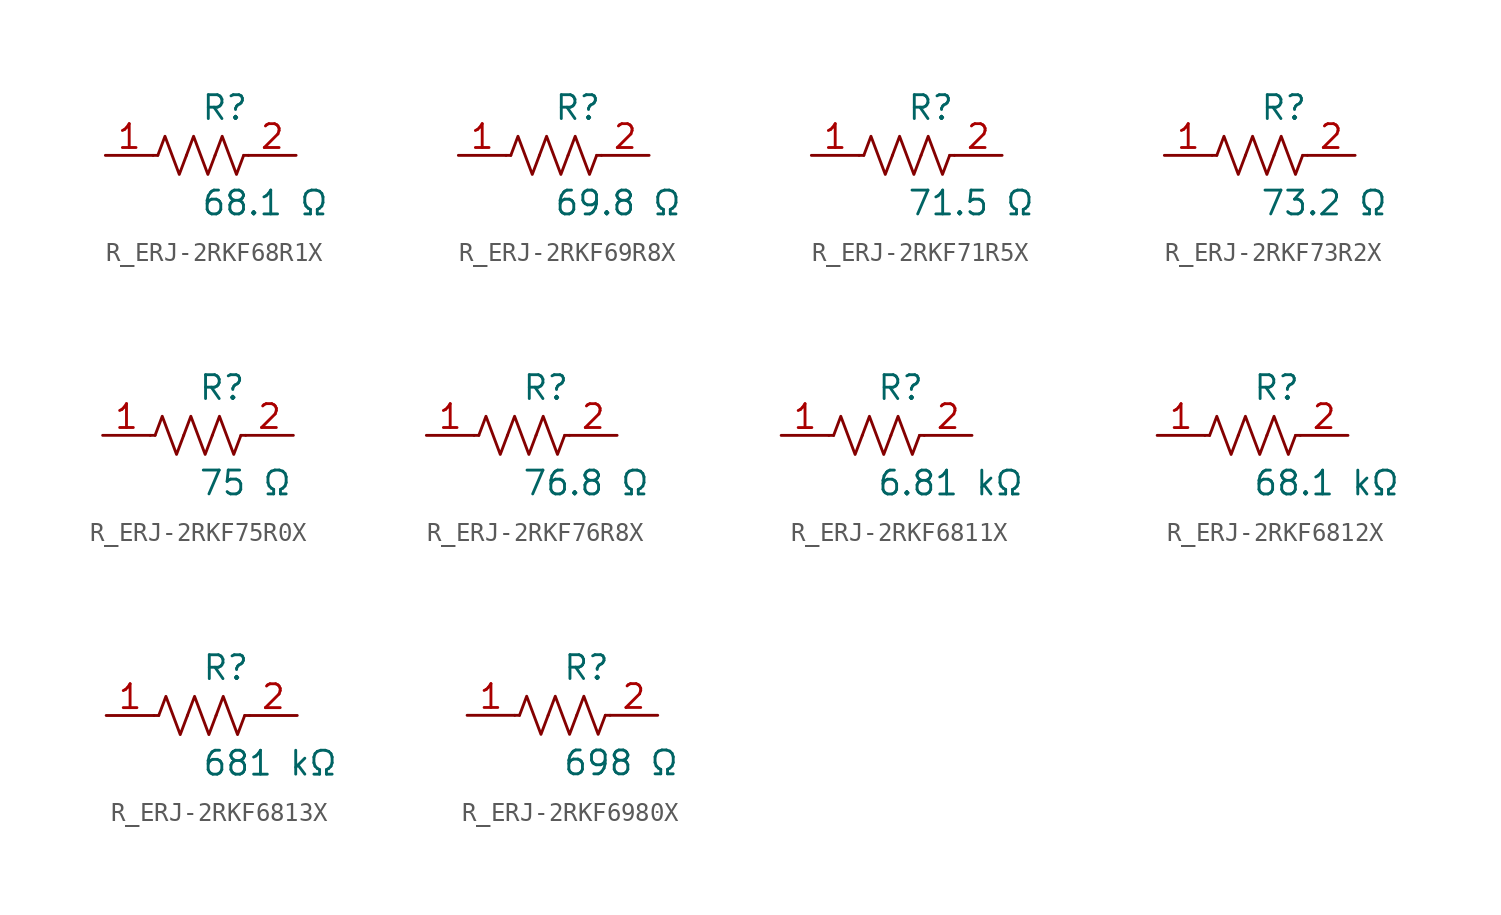
<source format=kicad_sym>
(kicad_symbol_lib
  (version 20231120)
  (generator kicad_symbol_editor)
  (generator_version 8.0)
  (symbol "R_ERJ-2RKF68R1X"
    (pin_names
      (offset 0.254))
    (property "Reference" "R"
      (at 0 2.54 0)
      (effects (font (size 1.27 1.27)) (justify left)))
    (property "Value" "68.1 Ω"
      (at 0 -2.54 0)
      (effects (font (size 1.27 1.27)) (justify left)))
    (symbol "R_ERJ-2RKF68R1X_0_1"
      (polyline (pts (xy 2.286 0) (xy 2.54 0)) (stroke (width 0) (type default)) (fill (type none)))
      (polyline (pts (xy -2.286 0) (xy -2.54 0)) (stroke (width 0) (type default)) (fill (type none)))
      (polyline (pts (xy 0.762 0) (xy 1.143 1.016) (xy 1.524 0) (xy 1.905 -1.016) (xy 2.286 0)) (stroke (width 0) (type default)) (fill (type none)))
      (polyline (pts (xy -0.762 0) (xy -0.381 1.016) (xy 0 0) (xy 0.381 -1.016) (xy 0.762 0)) (stroke (width 0) (type default)) (fill (type none)))
      (polyline (pts (xy -2.286 0) (xy -1.905 1.016) (xy -1.524 0) (xy -1.143 -1.016) (xy -0.762 0)) (stroke (width 0) (type default)) (fill (type none))))
    (pin unspecified line
      (at -5.08 0 0)
      (length 2.54)
      (name "" (effects (font (size 1.27 1.27))))
      (number "1" (effects (font (size 1.27 1.27)))))
    (pin unspecified line
      (at 5.08 0 180)
      (length 2.54)
      (name "" (effects (font (size 1.27 1.27))))
      (number "2" (effects (font (size 1.27 1.27))))))
  (symbol "R_ERJ-2RKF69R8X"
    (pin_names
      (offset 0.254))
    (property "Reference" "R"
      (at 0 2.54 0)
      (effects (font (size 1.27 1.27)) (justify left)))
    (property "Value" "69.8 Ω"
      (at 0 -2.54 0)
      (effects (font (size 1.27 1.27)) (justify left)))
    (symbol "R_ERJ-2RKF69R8X_0_1"
      (polyline (pts (xy 2.286 0) (xy 2.54 0)) (stroke (width 0) (type default)) (fill (type none)))
      (polyline (pts (xy -2.286 0) (xy -2.54 0)) (stroke (width 0) (type default)) (fill (type none)))
      (polyline (pts (xy 0.762 0) (xy 1.143 1.016) (xy 1.524 0) (xy 1.905 -1.016) (xy 2.286 0)) (stroke (width 0) (type default)) (fill (type none)))
      (polyline (pts (xy -0.762 0) (xy -0.381 1.016) (xy 0 0) (xy 0.381 -1.016) (xy 0.762 0)) (stroke (width 0) (type default)) (fill (type none)))
      (polyline (pts (xy -2.286 0) (xy -1.905 1.016) (xy -1.524 0) (xy -1.143 -1.016) (xy -0.762 0)) (stroke (width 0) (type default)) (fill (type none))))
    (pin unspecified line
      (at -5.08 0 0)
      (length 2.54)
      (name "" (effects (font (size 1.27 1.27))))
      (number "1" (effects (font (size 1.27 1.27)))))
    (pin unspecified line
      (at 5.08 0 180)
      (length 2.54)
      (name "" (effects (font (size 1.27 1.27))))
      (number "2" (effects (font (size 1.27 1.27))))))
  (symbol "R_ERJ-2RKF71R5X"
    (pin_names
      (offset 0.254))
    (property "Reference" "R"
      (at 0 2.54 0)
      (effects (font (size 1.27 1.27)) (justify left)))
    (property "Value" "71.5 Ω"
      (at 0 -2.54 0)
      (effects (font (size 1.27 1.27)) (justify left)))
    (symbol "R_ERJ-2RKF71R5X_0_1"
      (polyline (pts (xy 2.286 0) (xy 2.54 0)) (stroke (width 0) (type default)) (fill (type none)))
      (polyline (pts (xy -2.286 0) (xy -2.54 0)) (stroke (width 0) (type default)) (fill (type none)))
      (polyline (pts (xy 0.762 0) (xy 1.143 1.016) (xy 1.524 0) (xy 1.905 -1.016) (xy 2.286 0)) (stroke (width 0) (type default)) (fill (type none)))
      (polyline (pts (xy -0.762 0) (xy -0.381 1.016) (xy 0 0) (xy 0.381 -1.016) (xy 0.762 0)) (stroke (width 0) (type default)) (fill (type none)))
      (polyline (pts (xy -2.286 0) (xy -1.905 1.016) (xy -1.524 0) (xy -1.143 -1.016) (xy -0.762 0)) (stroke (width 0) (type default)) (fill (type none))))
    (pin unspecified line
      (at -5.08 0 0)
      (length 2.54)
      (name "" (effects (font (size 1.27 1.27))))
      (number "1" (effects (font (size 1.27 1.27)))))
    (pin unspecified line
      (at 5.08 0 180)
      (length 2.54)
      (name "" (effects (font (size 1.27 1.27))))
      (number "2" (effects (font (size 1.27 1.27))))))
  (symbol "R_ERJ-2RKF73R2X"
    (pin_names
      (offset 0.254))
    (property "Reference" "R"
      (at 0 2.54 0)
      (effects (font (size 1.27 1.27)) (justify left)))
    (property "Value" "73.2 Ω"
      (at 0 -2.54 0)
      (effects (font (size 1.27 1.27)) (justify left)))
    (symbol "R_ERJ-2RKF73R2X_0_1"
      (polyline (pts (xy 2.286 0) (xy 2.54 0)) (stroke (width 0) (type default)) (fill (type none)))
      (polyline (pts (xy -2.286 0) (xy -2.54 0)) (stroke (width 0) (type default)) (fill (type none)))
      (polyline (pts (xy 0.762 0) (xy 1.143 1.016) (xy 1.524 0) (xy 1.905 -1.016) (xy 2.286 0)) (stroke (width 0) (type default)) (fill (type none)))
      (polyline (pts (xy -0.762 0) (xy -0.381 1.016) (xy 0 0) (xy 0.381 -1.016) (xy 0.762 0)) (stroke (width 0) (type default)) (fill (type none)))
      (polyline (pts (xy -2.286 0) (xy -1.905 1.016) (xy -1.524 0) (xy -1.143 -1.016) (xy -0.762 0)) (stroke (width 0) (type default)) (fill (type none))))
    (pin unspecified line
      (at -5.08 0 0)
      (length 2.54)
      (name "" (effects (font (size 1.27 1.27))))
      (number "1" (effects (font (size 1.27 1.27)))))
    (pin unspecified line
      (at 5.08 0 180)
      (length 2.54)
      (name "" (effects (font (size 1.27 1.27))))
      (number "2" (effects (font (size 1.27 1.27))))))
  (symbol "R_ERJ-2RKF75R0X"
    (pin_names
      (offset 0.254))
    (property "Reference" "R"
      (at 0 2.54 0)
      (effects (font (size 1.27 1.27)) (justify left)))
    (property "Value" "75 Ω"
      (at 0 -2.54 0)
      (effects (font (size 1.27 1.27)) (justify left)))
    (symbol "R_ERJ-2RKF75R0X_0_1"
      (polyline (pts (xy 2.286 0) (xy 2.54 0)) (stroke (width 0) (type default)) (fill (type none)))
      (polyline (pts (xy -2.286 0) (xy -2.54 0)) (stroke (width 0) (type default)) (fill (type none)))
      (polyline (pts (xy 0.762 0) (xy 1.143 1.016) (xy 1.524 0) (xy 1.905 -1.016) (xy 2.286 0)) (stroke (width 0) (type default)) (fill (type none)))
      (polyline (pts (xy -0.762 0) (xy -0.381 1.016) (xy 0 0) (xy 0.381 -1.016) (xy 0.762 0)) (stroke (width 0) (type default)) (fill (type none)))
      (polyline (pts (xy -2.286 0) (xy -1.905 1.016) (xy -1.524 0) (xy -1.143 -1.016) (xy -0.762 0)) (stroke (width 0) (type default)) (fill (type none))))
    (pin unspecified line
      (at -5.08 0 0)
      (length 2.54)
      (name "" (effects (font (size 1.27 1.27))))
      (number "1" (effects (font (size 1.27 1.27)))))
    (pin unspecified line
      (at 5.08 0 180)
      (length 2.54)
      (name "" (effects (font (size 1.27 1.27))))
      (number "2" (effects (font (size 1.27 1.27))))))
  (symbol "R_ERJ-2RKF76R8X"
    (pin_names
      (offset 0.254))
    (property "Reference" "R"
      (at 0 2.54 0)
      (effects (font (size 1.27 1.27)) (justify left)))
    (property "Value" "76.8 Ω"
      (at 0 -2.54 0)
      (effects (font (size 1.27 1.27)) (justify left)))
    (symbol "R_ERJ-2RKF76R8X_0_1"
      (polyline (pts (xy 2.286 0) (xy 2.54 0)) (stroke (width 0) (type default)) (fill (type none)))
      (polyline (pts (xy -2.286 0) (xy -2.54 0)) (stroke (width 0) (type default)) (fill (type none)))
      (polyline (pts (xy 0.762 0) (xy 1.143 1.016) (xy 1.524 0) (xy 1.905 -1.016) (xy 2.286 0)) (stroke (width 0) (type default)) (fill (type none)))
      (polyline (pts (xy -0.762 0) (xy -0.381 1.016) (xy 0 0) (xy 0.381 -1.016) (xy 0.762 0)) (stroke (width 0) (type default)) (fill (type none)))
      (polyline (pts (xy -2.286 0) (xy -1.905 1.016) (xy -1.524 0) (xy -1.143 -1.016) (xy -0.762 0)) (stroke (width 0) (type default)) (fill (type none))))
    (pin unspecified line
      (at -5.08 0 0)
      (length 2.54)
      (name "" (effects (font (size 1.27 1.27))))
      (number "1" (effects (font (size 1.27 1.27)))))
    (pin unspecified line
      (at 5.08 0 180)
      (length 2.54)
      (name "" (effects (font (size 1.27 1.27))))
      (number "2" (effects (font (size 1.27 1.27))))))
  (symbol "R_ERJ-2RKF6811X"
    (pin_names
      (offset 0.254))
    (property "Reference" "R"
      (at 0 2.54 0)
      (effects (font (size 1.27 1.27)) (justify left)))
    (property "Value" "6.81 kΩ"
      (at 0 -2.54 0)
      (effects (font (size 1.27 1.27)) (justify left)))
    (symbol "R_ERJ-2RKF6811X_0_1"
      (polyline (pts (xy 2.286 0) (xy 2.54 0)) (stroke (width 0) (type default)) (fill (type none)))
      (polyline (pts (xy -2.286 0) (xy -2.54 0)) (stroke (width 0) (type default)) (fill (type none)))
      (polyline (pts (xy 0.762 0) (xy 1.143 1.016) (xy 1.524 0) (xy 1.905 -1.016) (xy 2.286 0)) (stroke (width 0) (type default)) (fill (type none)))
      (polyline (pts (xy -0.762 0) (xy -0.381 1.016) (xy 0 0) (xy 0.381 -1.016) (xy 0.762 0)) (stroke (width 0) (type default)) (fill (type none)))
      (polyline (pts (xy -2.286 0) (xy -1.905 1.016) (xy -1.524 0) (xy -1.143 -1.016) (xy -0.762 0)) (stroke (width 0) (type default)) (fill (type none))))
    (pin unspecified line
      (at -5.08 0 0)
      (length 2.54)
      (name "" (effects (font (size 1.27 1.27))))
      (number "1" (effects (font (size 1.27 1.27)))))
    (pin unspecified line
      (at 5.08 0 180)
      (length 2.54)
      (name "" (effects (font (size 1.27 1.27))))
      (number "2" (effects (font (size 1.27 1.27))))))
  (symbol "R_ERJ-2RKF6812X"
    (pin_names
      (offset 0.254))
    (property "Reference" "R"
      (at 0 2.54 0)
      (effects (font (size 1.27 1.27)) (justify left)))
    (property "Value" "68.1 kΩ"
      (at 0 -2.54 0)
      (effects (font (size 1.27 1.27)) (justify left)))
    (symbol "R_ERJ-2RKF6812X_0_1"
      (polyline (pts (xy 2.286 0) (xy 2.54 0)) (stroke (width 0) (type default)) (fill (type none)))
      (polyline (pts (xy -2.286 0) (xy -2.54 0)) (stroke (width 0) (type default)) (fill (type none)))
      (polyline (pts (xy 0.762 0) (xy 1.143 1.016) (xy 1.524 0) (xy 1.905 -1.016) (xy 2.286 0)) (stroke (width 0) (type default)) (fill (type none)))
      (polyline (pts (xy -0.762 0) (xy -0.381 1.016) (xy 0 0) (xy 0.381 -1.016) (xy 0.762 0)) (stroke (width 0) (type default)) (fill (type none)))
      (polyline (pts (xy -2.286 0) (xy -1.905 1.016) (xy -1.524 0) (xy -1.143 -1.016) (xy -0.762 0)) (stroke (width 0) (type default)) (fill (type none))))
    (pin unspecified line
      (at -5.08 0 0)
      (length 2.54)
      (name "" (effects (font (size 1.27 1.27))))
      (number "1" (effects (font (size 1.27 1.27)))))
    (pin unspecified line
      (at 5.08 0 180)
      (length 2.54)
      (name "" (effects (font (size 1.27 1.27))))
      (number "2" (effects (font (size 1.27 1.27))))))
  (symbol "R_ERJ-2RKF6813X"
    (pin_names
      (offset 0.254))
    (property "Reference" "R"
      (at 0 2.54 0)
      (effects (font (size 1.27 1.27)) (justify left)))
    (property "Value" "681 kΩ"
      (at 0 -2.54 0)
      (effects (font (size 1.27 1.27)) (justify left)))
    (symbol "R_ERJ-2RKF6813X_0_1"
      (polyline (pts (xy 2.286 0) (xy 2.54 0)) (stroke (width 0) (type default)) (fill (type none)))
      (polyline (pts (xy -2.286 0) (xy -2.54 0)) (stroke (width 0) (type default)) (fill (type none)))
      (polyline (pts (xy 0.762 0) (xy 1.143 1.016) (xy 1.524 0) (xy 1.905 -1.016) (xy 2.286 0)) (stroke (width 0) (type default)) (fill (type none)))
      (polyline (pts (xy -0.762 0) (xy -0.381 1.016) (xy 0 0) (xy 0.381 -1.016) (xy 0.762 0)) (stroke (width 0) (type default)) (fill (type none)))
      (polyline (pts (xy -2.286 0) (xy -1.905 1.016) (xy -1.524 0) (xy -1.143 -1.016) (xy -0.762 0)) (stroke (width 0) (type default)) (fill (type none))))
    (pin unspecified line
      (at -5.08 0 0)
      (length 2.54)
      (name "" (effects (font (size 1.27 1.27))))
      (number "1" (effects (font (size 1.27 1.27)))))
    (pin unspecified line
      (at 5.08 0 180)
      (length 2.54)
      (name "" (effects (font (size 1.27 1.27))))
      (number "2" (effects (font (size 1.27 1.27))))))
  (symbol "R_ERJ-2RKF6980X"
    (pin_names
      (offset 0.254))
    (property "Reference" "R"
      (at 0 2.54 0)
      (effects (font (size 1.27 1.27)) (justify left)))
    (property "Value" "698 Ω"
      (at 0 -2.54 0)
      (effects (font (size 1.27 1.27)) (justify left)))
    (symbol "R_ERJ-2RKF6980X_0_1"
      (polyline (pts (xy 2.286 0) (xy 2.54 0)) (stroke (width 0) (type default)) (fill (type none)))
      (polyline (pts (xy -2.286 0) (xy -2.54 0)) (stroke (width 0) (type default)) (fill (type none)))
      (polyline (pts (xy 0.762 0) (xy 1.143 1.016) (xy 1.524 0) (xy 1.905 -1.016) (xy 2.286 0)) (stroke (width 0) (type default)) (fill (type none)))
      (polyline (pts (xy -0.762 0) (xy -0.381 1.016) (xy 0 0) (xy 0.381 -1.016) (xy 0.762 0)) (stroke (width 0) (type default)) (fill (type none)))
      (polyline (pts (xy -2.286 0) (xy -1.905 1.016) (xy -1.524 0) (xy -1.143 -1.016) (xy -0.762 0)) (stroke (width 0) (type default)) (fill (type none))))
    (pin unspecified line
      (at -5.08 0 0)
      (length 2.54)
      (name "" (effects (font (size 1.27 1.27))))
      (number "1" (effects (font (size 1.27 1.27)))))
    (pin unspecified line
      (at 5.08 0 180)
      (length 2.54)
      (name "" (effects (font (size 1.27 1.27))))
      (number "2" (effects (font (size 1.27 1.27)))))))
</source>
